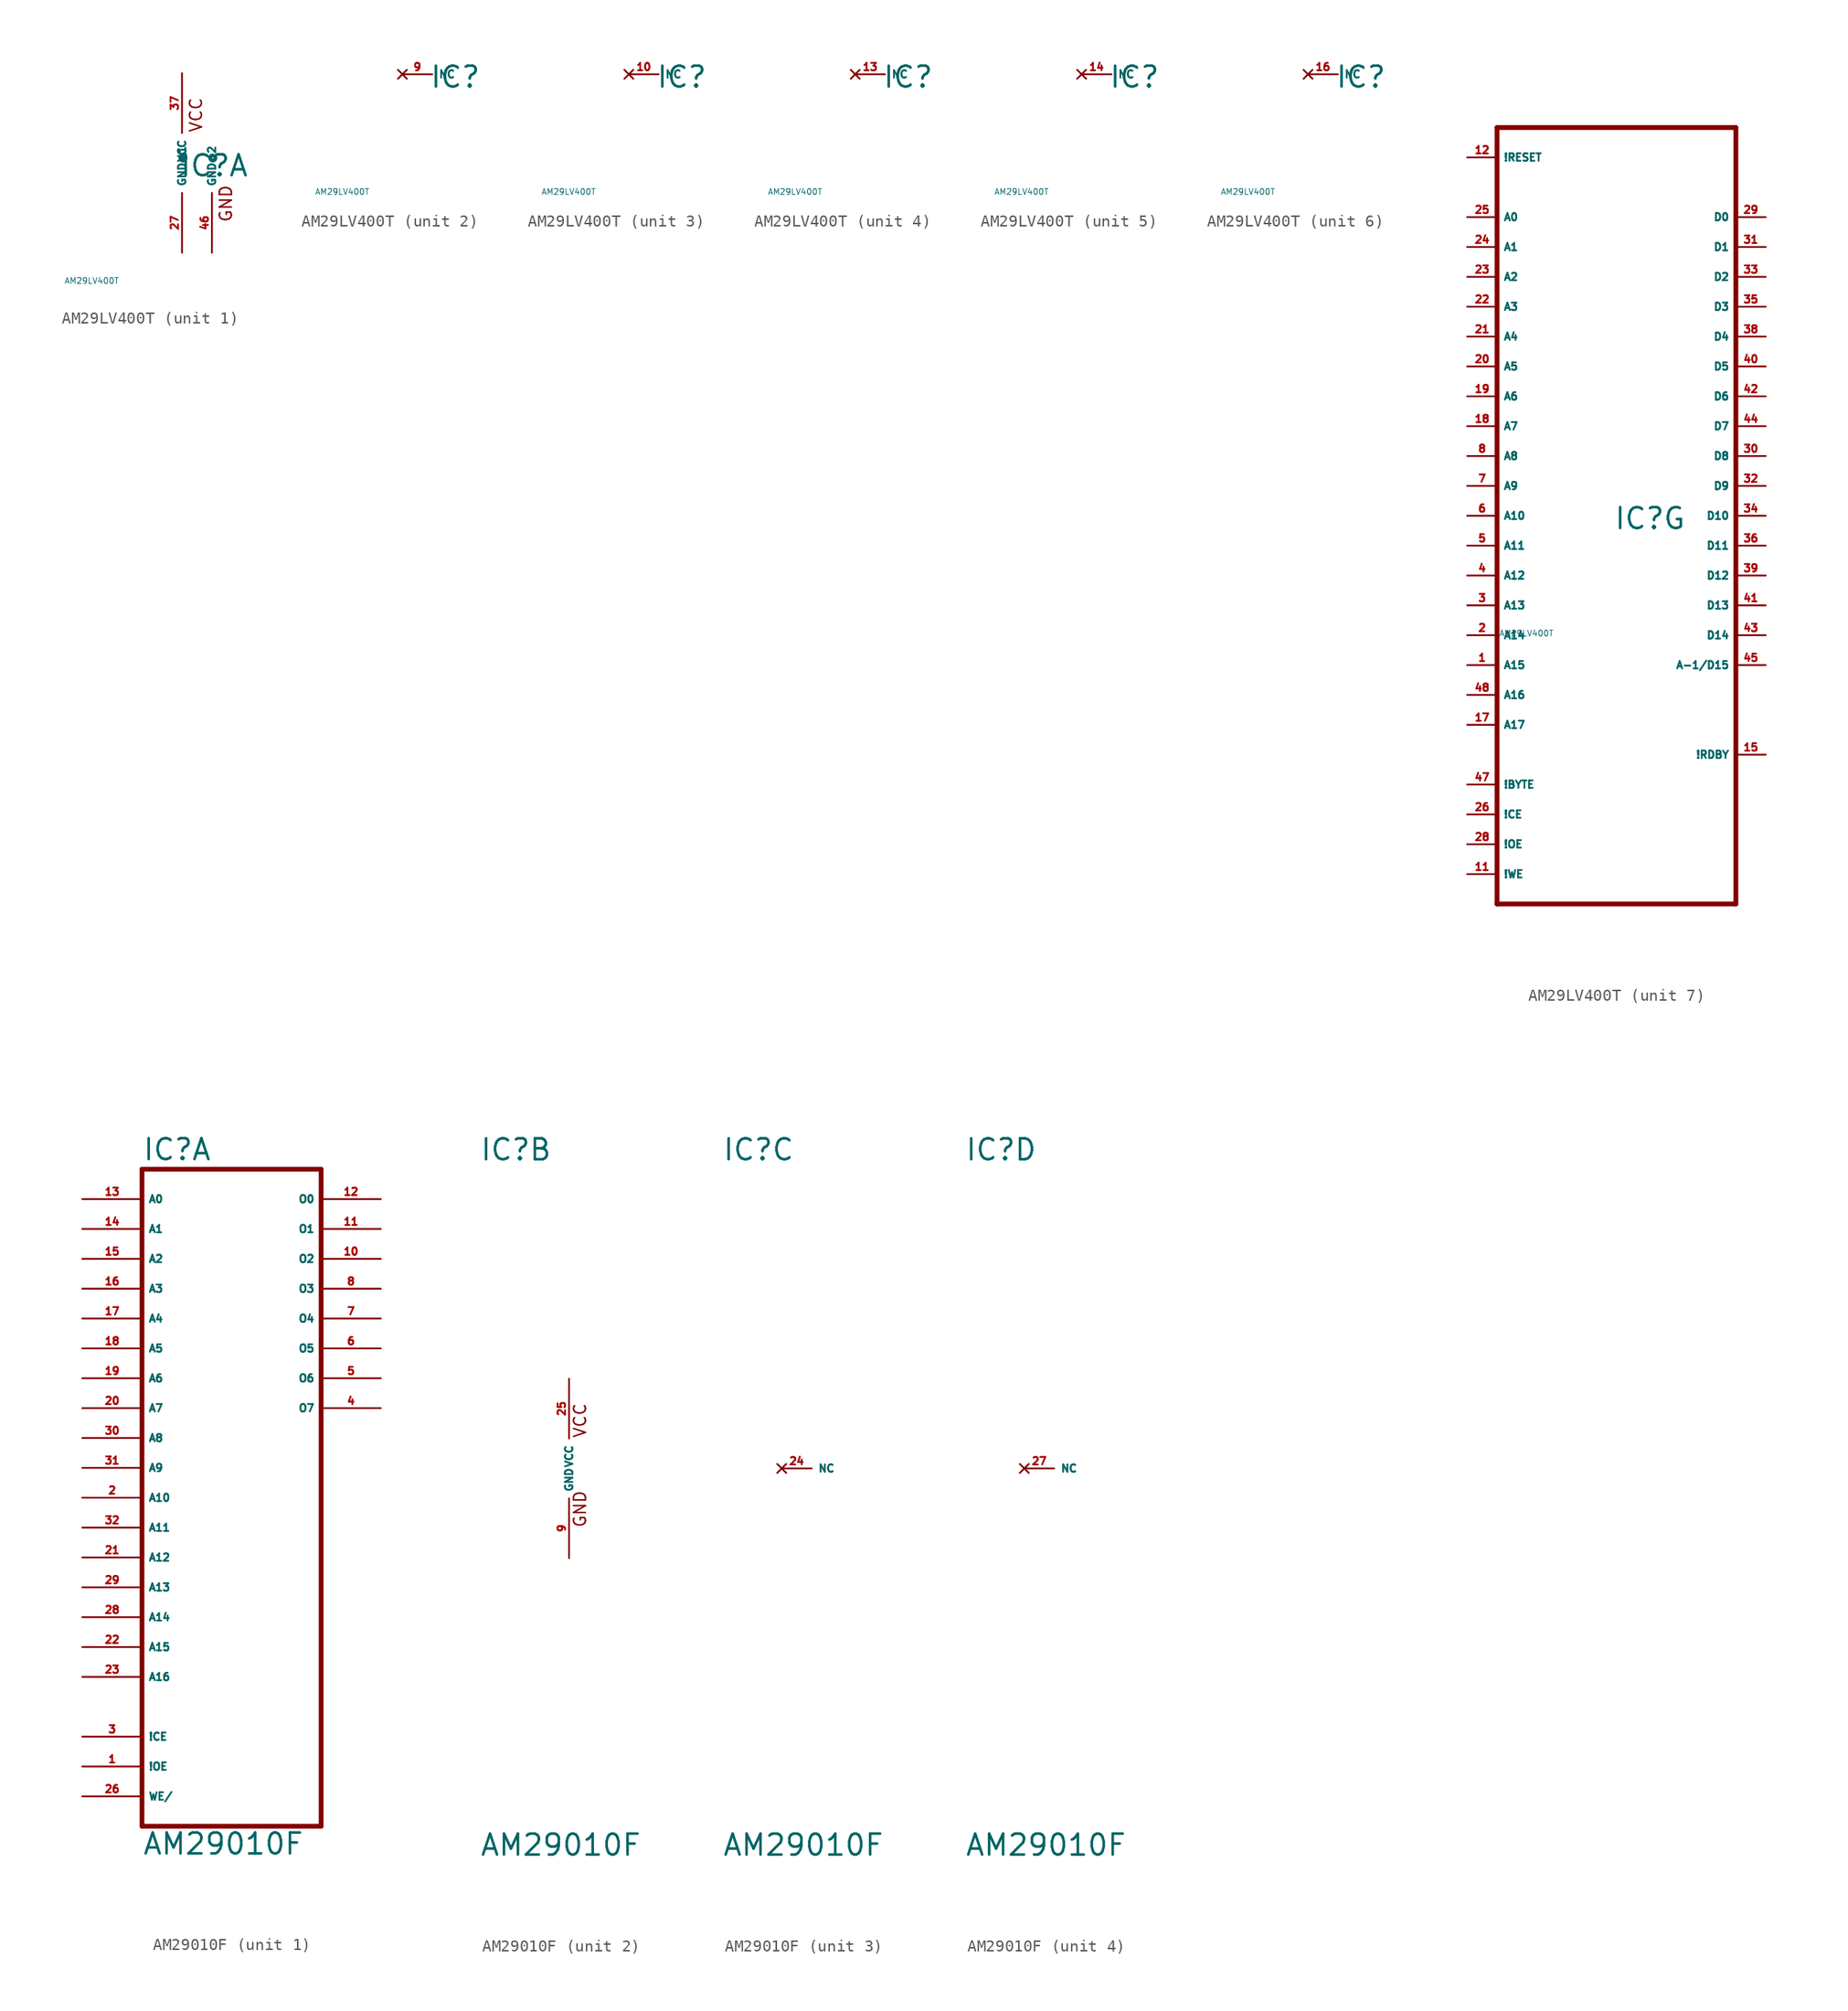
<source format=kicad_sym>
(kicad_symbol_lib
  (version 20220914)
  (generator Eagle2Kicad)
  (symbol "AM29LV400T"
    (property "Reference" "IC"
      (at -0.254 -1.27 0)
      (effects (font (size 1.778 1.778) (thickness 0.22)) (justify left bottom)))
    (property "Value" "AM29LV400T"
      (at -10 -10 0)
      (effects (font (size 0.5 0.5) (thickness 0.06)) (justify left)))
    (symbol "AM29LV400T_1_0"
      (text "GND" (at 4.318 -5.08 900) (effects (font (size 1.016 1.016) (thickness 0.13)) (justify left bottom)))
      (text "VCC" (at 1.778 2.54 900) (effects (font (size 1.016 1.016) (thickness 0.13)) (justify left bottom)))
      (pin unspecified line (at 0 7.62 270) (length 5.08) (name "VCC" (effects (font (size 0.635 0.635) (thickness 0.08)) (justify left bottom))) (number "37" (effects (font (size 0.635 0.635) (thickness 0.08)) (justify left bottom))))
      (pin unspecified line (at 0 -7.62 90) (length 5.08) (name "GND@1" (effects (font (size 0.635 0.635) (thickness 0.08)) (justify left bottom))) (number "27" (effects (font (size 0.635 0.635) (thickness 0.08)) (justify left bottom))))
      (pin unspecified line (at 2.54 -7.62 90) (length 5.08) (name "GND@2" (effects (font (size 0.635 0.635) (thickness 0.08)) (justify left bottom))) (number "46" (effects (font (size 0.635 0.635) (thickness 0.08)) (justify left bottom)))))
    (symbol "AM29LV400T_2_0"
      (pin no_connect line (at -2.54 0 0) (length 2.54) (name "NC" (effects (font (size 0.635 0.635) (thickness 0.08)) (justify left bottom) hide)) (number "9" (effects (font (size 0.635 0.635) (thickness 0.08)) (justify left bottom) hide))))
    (symbol "AM29LV400T_3_0"
      (pin no_connect line (at -2.54 0 0) (length 2.54) (name "NC" (effects (font (size 0.635 0.635) (thickness 0.08)) (justify left bottom) hide)) (number "10" (effects (font (size 0.635 0.635) (thickness 0.08)) (justify left bottom) hide))))
    (symbol "AM29LV400T_4_0"
      (pin no_connect line (at -2.54 0 0) (length 2.54) (name "NC" (effects (font (size 0.635 0.635) (thickness 0.08)) (justify left bottom) hide)) (number "13" (effects (font (size 0.635 0.635) (thickness 0.08)) (justify left bottom) hide))))
    (symbol "AM29LV400T_5_0"
      (pin no_connect line (at -2.54 0 0) (length 2.54) (name "NC" (effects (font (size 0.635 0.635) (thickness 0.08)) (justify left bottom) hide)) (number "14" (effects (font (size 0.635 0.635) (thickness 0.08)) (justify left bottom) hide))))
    (symbol "AM29LV400T_6_0"
      (pin no_connect line (at -2.54 0 0) (length 2.54) (name "NC" (effects (font (size 0.635 0.635) (thickness 0.08)) (justify left bottom) hide)) (number "16" (effects (font (size 0.635 0.635) (thickness 0.08)) (justify left bottom) hide))))
    (symbol "AM29LV400T_7_0"
      (polyline (pts (xy -10.16 -33.02) (xy 10.16 -33.02)) (stroke (width 0.406) (type default)) (fill (type none)))
      (polyline (pts (xy 10.16 -33.02) (xy 10.16 33.02)) (stroke (width 0.406) (type default)) (fill (type none)))
      (polyline (pts (xy 10.16 33.02) (xy -10.16 33.02)) (stroke (width 0.406) (type default)) (fill (type none)))
      (polyline (pts (xy -10.16 33.02) (xy -10.16 -33.02)) (stroke (width 0.406) (type default)) (fill (type none)))
      (pin input line (at -12.7 -30.48 0) (length 2.54) (name "!WE" (effects (font (size 0.635 0.635) (thickness 0.08)) (justify left bottom))) (number "11" (effects (font (size 0.635 0.635) (thickness 0.08)) (justify left bottom))))
      (pin input line (at -12.7 -5.08 0) (length 2.54) (name "A12" (effects (font (size 0.635 0.635) (thickness 0.08)) (justify left bottom))) (number "4" (effects (font (size 0.635 0.635) (thickness 0.08)) (justify left bottom))))
      (pin input line (at -12.7 7.62 0) (length 2.54) (name "A7" (effects (font (size 0.635 0.635) (thickness 0.08)) (justify left bottom))) (number "18" (effects (font (size 0.635 0.635) (thickness 0.08)) (justify left bottom))))
      (pin input line (at -12.7 10.16 0) (length 2.54) (name "A6" (effects (font (size 0.635 0.635) (thickness 0.08)) (justify left bottom))) (number "19" (effects (font (size 0.635 0.635) (thickness 0.08)) (justify left bottom))))
      (pin input line (at -12.7 12.7 0) (length 2.54) (name "A5" (effects (font (size 0.635 0.635) (thickness 0.08)) (justify left bottom))) (number "20" (effects (font (size 0.635 0.635) (thickness 0.08)) (justify left bottom))))
      (pin input line (at -12.7 15.24 0) (length 2.54) (name "A4" (effects (font (size 0.635 0.635) (thickness 0.08)) (justify left bottom))) (number "21" (effects (font (size 0.635 0.635) (thickness 0.08)) (justify left bottom))))
      (pin input line (at -12.7 17.78 0) (length 2.54) (name "A3" (effects (font (size 0.635 0.635) (thickness 0.08)) (justify left bottom))) (number "22" (effects (font (size 0.635 0.635) (thickness 0.08)) (justify left bottom))))
      (pin input line (at -12.7 20.32 0) (length 2.54) (name "A2" (effects (font (size 0.635 0.635) (thickness 0.08)) (justify left bottom))) (number "23" (effects (font (size 0.635 0.635) (thickness 0.08)) (justify left bottom))))
      (pin input line (at -12.7 22.86 0) (length 2.54) (name "A1" (effects (font (size 0.635 0.635) (thickness 0.08)) (justify left bottom))) (number "24" (effects (font (size 0.635 0.635) (thickness 0.08)) (justify left bottom))))
      (pin input line (at -12.7 25.4 0) (length 2.54) (name "A0" (effects (font (size 0.635 0.635) (thickness 0.08)) (justify left bottom))) (number "25" (effects (font (size 0.635 0.635) (thickness 0.08)) (justify left bottom))))
      (pin tri_state line (at 12.7 25.4 180) (length 2.54) (name "D0" (effects (font (size 0.635 0.635) (thickness 0.08)) (justify left bottom))) (number "29" (effects (font (size 0.635 0.635) (thickness 0.08)) (justify left bottom))))
      (pin input line (at -12.7 -25.4 0) (length 2.54) (name "!CE" (effects (font (size 0.635 0.635) (thickness 0.08)) (justify left bottom))) (number "26" (effects (font (size 0.635 0.635) (thickness 0.08)) (justify left bottom))))
      (pin input line (at -12.7 0 0) (length 2.54) (name "A10" (effects (font (size 0.635 0.635) (thickness 0.08)) (justify left bottom))) (number "6" (effects (font (size 0.635 0.635) (thickness 0.08)) (justify left bottom))))
      (pin input line (at -12.7 -27.94 0) (length 2.54) (name "!OE" (effects (font (size 0.635 0.635) (thickness 0.08)) (justify left bottom))) (number "28" (effects (font (size 0.635 0.635) (thickness 0.08)) (justify left bottom))))
      (pin input line (at -12.7 -2.54 0) (length 2.54) (name "A11" (effects (font (size 0.635 0.635) (thickness 0.08)) (justify left bottom))) (number "5" (effects (font (size 0.635 0.635) (thickness 0.08)) (justify left bottom))))
      (pin input line (at -12.7 2.54 0) (length 2.54) (name "A9" (effects (font (size 0.635 0.635) (thickness 0.08)) (justify left bottom))) (number "7" (effects (font (size 0.635 0.635) (thickness 0.08)) (justify left bottom))))
      (pin input line (at -12.7 5.08 0) (length 2.54) (name "A8" (effects (font (size 0.635 0.635) (thickness 0.08)) (justify left bottom))) (number "8" (effects (font (size 0.635 0.635) (thickness 0.08)) (justify left bottom))))
      (pin input line (at -12.7 -7.62 0) (length 2.54) (name "A13" (effects (font (size 0.635 0.635) (thickness 0.08)) (justify left bottom))) (number "3" (effects (font (size 0.635 0.635) (thickness 0.08)) (justify left bottom))))
      (pin input line (at -12.7 -10.16 0) (length 2.54) (name "A14" (effects (font (size 0.635 0.635) (thickness 0.08)) (justify left bottom))) (number "2" (effects (font (size 0.635 0.635) (thickness 0.08)) (justify left bottom))))
      (pin input line (at -12.7 -12.7 0) (length 2.54) (name "A15" (effects (font (size 0.635 0.635) (thickness 0.08)) (justify left bottom))) (number "1" (effects (font (size 0.635 0.635) (thickness 0.08)) (justify left bottom))))
      (pin input line (at -12.7 -15.24 0) (length 2.54) (name "A16" (effects (font (size 0.635 0.635) (thickness 0.08)) (justify left bottom))) (number "48" (effects (font (size 0.635 0.635) (thickness 0.08)) (justify left bottom))))
      (pin input line (at -12.7 -17.78 0) (length 2.54) (name "A17" (effects (font (size 0.635 0.635) (thickness 0.08)) (justify left bottom))) (number "17" (effects (font (size 0.635 0.635) (thickness 0.08)) (justify left bottom))))
      (pin tri_state line (at 12.7 22.86 180) (length 2.54) (name "D1" (effects (font (size 0.635 0.635) (thickness 0.08)) (justify left bottom))) (number "31" (effects (font (size 0.635 0.635) (thickness 0.08)) (justify left bottom))))
      (pin tri_state line (at 12.7 20.32 180) (length 2.54) (name "D2" (effects (font (size 0.635 0.635) (thickness 0.08)) (justify left bottom))) (number "33" (effects (font (size 0.635 0.635) (thickness 0.08)) (justify left bottom))))
      (pin tri_state line (at 12.7 17.78 180) (length 2.54) (name "D3" (effects (font (size 0.635 0.635) (thickness 0.08)) (justify left bottom))) (number "35" (effects (font (size 0.635 0.635) (thickness 0.08)) (justify left bottom))))
      (pin tri_state line (at 12.7 15.24 180) (length 2.54) (name "D4" (effects (font (size 0.635 0.635) (thickness 0.08)) (justify left bottom))) (number "38" (effects (font (size 0.635 0.635) (thickness 0.08)) (justify left bottom))))
      (pin tri_state line (at 12.7 12.7 180) (length 2.54) (name "D5" (effects (font (size 0.635 0.635) (thickness 0.08)) (justify left bottom))) (number "40" (effects (font (size 0.635 0.635) (thickness 0.08)) (justify left bottom))))
      (pin tri_state line (at 12.7 10.16 180) (length 2.54) (name "D6" (effects (font (size 0.635 0.635) (thickness 0.08)) (justify left bottom))) (number "42" (effects (font (size 0.635 0.635) (thickness 0.08)) (justify left bottom))))
      (pin tri_state line (at 12.7 7.62 180) (length 2.54) (name "D7" (effects (font (size 0.635 0.635) (thickness 0.08)) (justify left bottom))) (number "44" (effects (font (size 0.635 0.635) (thickness 0.08)) (justify left bottom))))
      (pin output line (at 12.7 -20.32 180) (length 2.54) (name "!RDBY" (effects (font (size 0.635 0.635) (thickness 0.08)) (justify left bottom))) (number "15" (effects (font (size 0.635 0.635) (thickness 0.08)) (justify left bottom))))
      (pin input line (at -12.7 30.48 0) (length 2.54) (name "!RESET" (effects (font (size 0.635 0.635) (thickness 0.08)) (justify left bottom))) (number "12" (effects (font (size 0.635 0.635) (thickness 0.08)) (justify left bottom))))
      (pin tri_state line (at 12.7 5.08 180) (length 2.54) (name "D8" (effects (font (size 0.635 0.635) (thickness 0.08)) (justify left bottom))) (number "30" (effects (font (size 0.635 0.635) (thickness 0.08)) (justify left bottom))))
      (pin tri_state line (at 12.7 2.54 180) (length 2.54) (name "D9" (effects (font (size 0.635 0.635) (thickness 0.08)) (justify left bottom))) (number "32" (effects (font (size 0.635 0.635) (thickness 0.08)) (justify left bottom))))
      (pin tri_state line (at 12.7 0 180) (length 2.54) (name "D10" (effects (font (size 0.635 0.635) (thickness 0.08)) (justify left bottom))) (number "34" (effects (font (size 0.635 0.635) (thickness 0.08)) (justify left bottom))))
      (pin tri_state line (at 12.7 -2.54 180) (length 2.54) (name "D11" (effects (font (size 0.635 0.635) (thickness 0.08)) (justify left bottom))) (number "36" (effects (font (size 0.635 0.635) (thickness 0.08)) (justify left bottom))))
      (pin tri_state line (at 12.7 -5.08 180) (length 2.54) (name "D12" (effects (font (size 0.635 0.635) (thickness 0.08)) (justify left bottom))) (number "39" (effects (font (size 0.635 0.635) (thickness 0.08)) (justify left bottom))))
      (pin tri_state line (at 12.7 -7.62 180) (length 2.54) (name "D13" (effects (font (size 0.635 0.635) (thickness 0.08)) (justify left bottom))) (number "41" (effects (font (size 0.635 0.635) (thickness 0.08)) (justify left bottom))))
      (pin tri_state line (at 12.7 -10.16 180) (length 2.54) (name "D14" (effects (font (size 0.635 0.635) (thickness 0.08)) (justify left bottom))) (number "43" (effects (font (size 0.635 0.635) (thickness 0.08)) (justify left bottom))))
      (pin tri_state line (at 12.7 -12.7 180) (length 2.54) (name "A-1/D15" (effects (font (size 0.635 0.635) (thickness 0.08)) (justify left bottom))) (number "45" (effects (font (size 0.635 0.635) (thickness 0.08)) (justify left bottom))))
      (pin input line (at -12.7 -22.86 0) (length 2.54) (name "!BYTE" (effects (font (size 0.635 0.635) (thickness 0.08)) (justify left bottom))) (number "47" (effects (font (size 0.635 0.635) (thickness 0.08)) (justify left bottom))))))
  (symbol "AM29010F"
    (property "Reference" "IC"
      (at -7.62 26.035 0)
      (effects (font (size 1.778 1.778) (thickness 0.22)) (justify left bottom)))
    (property "Value" "AM29010F"
      (at -7.62 -33.02 0)
      (effects (font (size 1.778 1.778) (thickness 0.22)) (justify left bottom)))
    (symbol "AM29010F_1_0"
      (polyline (pts (xy -7.62 -30.48) (xy 7.62 -30.48)) (stroke (width 0.406) (type default)) (fill (type none)))
      (polyline (pts (xy 7.62 -30.48) (xy 7.62 25.4)) (stroke (width 0.406) (type default)) (fill (type none)))
      (polyline (pts (xy 7.62 25.4) (xy -7.62 25.4)) (stroke (width 0.406) (type default)) (fill (type none)))
      (polyline (pts (xy -7.62 25.4) (xy -7.62 -30.48)) (stroke (width 0.406) (type default)) (fill (type none)))
      (pin input line (at -12.7 -27.94 0) (length 5.08) (name "WE/" (effects (font (size 0.635 0.635) (thickness 0.08)) (justify left bottom))) (number "26" (effects (font (size 0.635 0.635) (thickness 0.08)) (justify left bottom))))
      (pin input line (at -12.7 -7.62 0) (length 5.08) (name "A12" (effects (font (size 0.635 0.635) (thickness 0.08)) (justify left bottom))) (number "21" (effects (font (size 0.635 0.635) (thickness 0.08)) (justify left bottom))))
      (pin input line (at -12.7 5.08 0) (length 5.08) (name "A7" (effects (font (size 0.635 0.635) (thickness 0.08)) (justify left bottom))) (number "20" (effects (font (size 0.635 0.635) (thickness 0.08)) (justify left bottom))))
      (pin input line (at -12.7 7.62 0) (length 5.08) (name "A6" (effects (font (size 0.635 0.635) (thickness 0.08)) (justify left bottom))) (number "19" (effects (font (size 0.635 0.635) (thickness 0.08)) (justify left bottom))))
      (pin input line (at -12.7 10.16 0) (length 5.08) (name "A5" (effects (font (size 0.635 0.635) (thickness 0.08)) (justify left bottom))) (number "18" (effects (font (size 0.635 0.635) (thickness 0.08)) (justify left bottom))))
      (pin input line (at -12.7 12.7 0) (length 5.08) (name "A4" (effects (font (size 0.635 0.635) (thickness 0.08)) (justify left bottom))) (number "17" (effects (font (size 0.635 0.635) (thickness 0.08)) (justify left bottom))))
      (pin input line (at -12.7 15.24 0) (length 5.08) (name "A3" (effects (font (size 0.635 0.635) (thickness 0.08)) (justify left bottom))) (number "16" (effects (font (size 0.635 0.635) (thickness 0.08)) (justify left bottom))))
      (pin input line (at -12.7 17.78 0) (length 5.08) (name "A2" (effects (font (size 0.635 0.635) (thickness 0.08)) (justify left bottom))) (number "15" (effects (font (size 0.635 0.635) (thickness 0.08)) (justify left bottom))))
      (pin input line (at -12.7 20.32 0) (length 5.08) (name "A1" (effects (font (size 0.635 0.635) (thickness 0.08)) (justify left bottom))) (number "14" (effects (font (size 0.635 0.635) (thickness 0.08)) (justify left bottom))))
      (pin input line (at -12.7 22.86 0) (length 5.08) (name "A0" (effects (font (size 0.635 0.635) (thickness 0.08)) (justify left bottom))) (number "13" (effects (font (size 0.635 0.635) (thickness 0.08)) (justify left bottom))))
      (pin tri_state line (at 12.7 22.86 180) (length 5.08) (name "O0" (effects (font (size 0.635 0.635) (thickness 0.08)) (justify left bottom))) (number "12" (effects (font (size 0.635 0.635) (thickness 0.08)) (justify left bottom))))
      (pin tri_state line (at 12.7 20.32 180) (length 5.08) (name "O1" (effects (font (size 0.635 0.635) (thickness 0.08)) (justify left bottom))) (number "11" (effects (font (size 0.635 0.635) (thickness 0.08)) (justify left bottom))))
      (pin tri_state line (at 12.7 17.78 180) (length 5.08) (name "O2" (effects (font (size 0.635 0.635) (thickness 0.08)) (justify left bottom))) (number "10" (effects (font (size 0.635 0.635) (thickness 0.08)) (justify left bottom))))
      (pin tri_state line (at 12.7 15.24 180) (length 5.08) (name "O3" (effects (font (size 0.635 0.635) (thickness 0.08)) (justify left bottom))) (number "8" (effects (font (size 0.635 0.635) (thickness 0.08)) (justify left bottom))))
      (pin tri_state line (at 12.7 12.7 180) (length 5.08) (name "O4" (effects (font (size 0.635 0.635) (thickness 0.08)) (justify left bottom))) (number "7" (effects (font (size 0.635 0.635) (thickness 0.08)) (justify left bottom))))
      (pin tri_state line (at 12.7 10.16 180) (length 5.08) (name "O5" (effects (font (size 0.635 0.635) (thickness 0.08)) (justify left bottom))) (number "6" (effects (font (size 0.635 0.635) (thickness 0.08)) (justify left bottom))))
      (pin tri_state line (at 12.7 7.62 180) (length 5.08) (name "O6" (effects (font (size 0.635 0.635) (thickness 0.08)) (justify left bottom))) (number "5" (effects (font (size 0.635 0.635) (thickness 0.08)) (justify left bottom))))
      (pin tri_state line (at 12.7 5.08 180) (length 5.08) (name "O7" (effects (font (size 0.635 0.635) (thickness 0.08)) (justify left bottom))) (number "4" (effects (font (size 0.635 0.635) (thickness 0.08)) (justify left bottom))))
      (pin input line (at -12.7 -22.86 0) (length 5.08) (name "!CE" (effects (font (size 0.635 0.635) (thickness 0.08)) (justify left bottom))) (number "3" (effects (font (size 0.635 0.635) (thickness 0.08)) (justify left bottom))))
      (pin input line (at -12.7 -2.54 0) (length 5.08) (name "A10" (effects (font (size 0.635 0.635) (thickness 0.08)) (justify left bottom))) (number "2" (effects (font (size 0.635 0.635) (thickness 0.08)) (justify left bottom))))
      (pin input line (at -12.7 -25.4 0) (length 5.08) (name "!OE" (effects (font (size 0.635 0.635) (thickness 0.08)) (justify left bottom))) (number "1" (effects (font (size 0.635 0.635) (thickness 0.08)) (justify left bottom))))
      (pin input line (at -12.7 -5.08 0) (length 5.08) (name "A11" (effects (font (size 0.635 0.635) (thickness 0.08)) (justify left bottom))) (number "32" (effects (font (size 0.635 0.635) (thickness 0.08)) (justify left bottom))))
      (pin input line (at -12.7 0 0) (length 5.08) (name "A9" (effects (font (size 0.635 0.635) (thickness 0.08)) (justify left bottom))) (number "31" (effects (font (size 0.635 0.635) (thickness 0.08)) (justify left bottom))))
      (pin input line (at -12.7 2.54 0) (length 5.08) (name "A8" (effects (font (size 0.635 0.635) (thickness 0.08)) (justify left bottom))) (number "30" (effects (font (size 0.635 0.635) (thickness 0.08)) (justify left bottom))))
      (pin input line (at -12.7 -10.16 0) (length 5.08) (name "A13" (effects (font (size 0.635 0.635) (thickness 0.08)) (justify left bottom))) (number "29" (effects (font (size 0.635 0.635) (thickness 0.08)) (justify left bottom))))
      (pin input line (at -12.7 -12.7 0) (length 5.08) (name "A14" (effects (font (size 0.635 0.635) (thickness 0.08)) (justify left bottom))) (number "28" (effects (font (size 0.635 0.635) (thickness 0.08)) (justify left bottom))))
      (pin input line (at -12.7 -15.24 0) (length 5.08) (name "A15" (effects (font (size 0.635 0.635) (thickness 0.08)) (justify left bottom))) (number "22" (effects (font (size 0.635 0.635) (thickness 0.08)) (justify left bottom))))
      (pin input line (at -12.7 -17.78 0) (length 5.08) (name "A16" (effects (font (size 0.635 0.635) (thickness 0.08)) (justify left bottom))) (number "23" (effects (font (size 0.635 0.635) (thickness 0.08)) (justify left bottom)))))
    (symbol "AM29010F_2_0"
      (text "GND" (at 1.524 -5.08 900) (effects (font (size 1.016 1.016) (thickness 0.13)) (justify left bottom)))
      (text "VCC" (at 1.524 2.54 900) (effects (font (size 1.016 1.016) (thickness 0.13)) (justify left bottom)))
      (pin unspecified line (at 0 7.62 270) (length 5.08) (name "VCC" (effects (font (size 0.635 0.635) (thickness 0.08)) (justify left bottom))) (number "25" (effects (font (size 0.635 0.635) (thickness 0.08)) (justify left bottom))))
      (pin unspecified line (at 0 -7.62 90) (length 5.08) (name "GND" (effects (font (size 0.635 0.635) (thickness 0.08)) (justify left bottom))) (number "9" (effects (font (size 0.635 0.635) (thickness 0.08)) (justify left bottom)))))
    (symbol "AM29010F_3_0"
      (pin no_connect line (at -2.54 0 0) (length 2.54) (name "NC" (effects (font (size 0.635 0.635) (thickness 0.08)) (justify left bottom) hide)) (number "24" (effects (font (size 0.635 0.635) (thickness 0.08)) (justify left bottom) hide))))
    (symbol "AM29010F_4_0"
      (pin no_connect line (at -2.54 0 0) (length 2.54) (name "NC" (effects (font (size 0.635 0.635) (thickness 0.08)) (justify left bottom) hide)) (number "27" (effects (font (size 0.635 0.635) (thickness 0.08)) (justify left bottom) hide))))))
</source>
